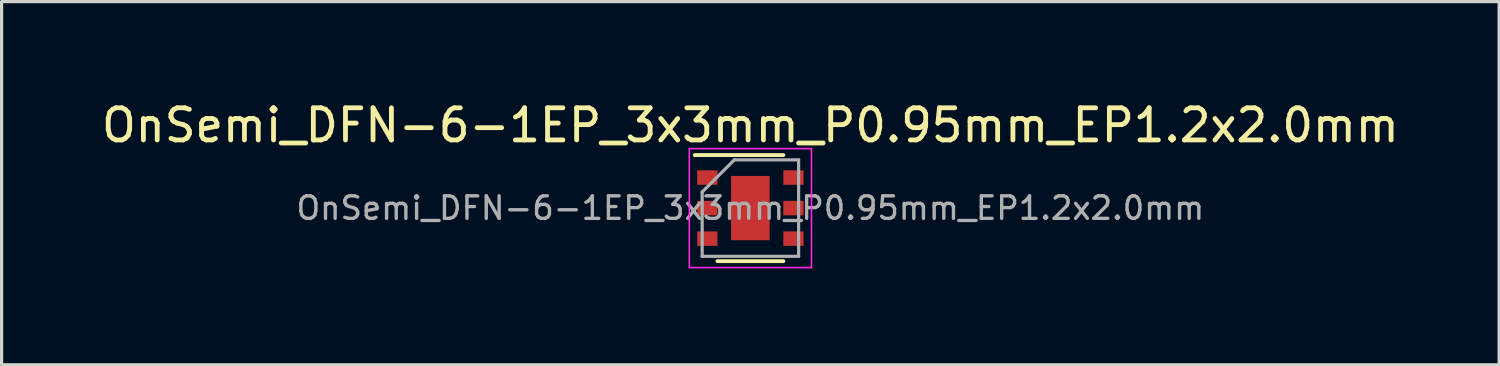
<source format=kicad_pcb>
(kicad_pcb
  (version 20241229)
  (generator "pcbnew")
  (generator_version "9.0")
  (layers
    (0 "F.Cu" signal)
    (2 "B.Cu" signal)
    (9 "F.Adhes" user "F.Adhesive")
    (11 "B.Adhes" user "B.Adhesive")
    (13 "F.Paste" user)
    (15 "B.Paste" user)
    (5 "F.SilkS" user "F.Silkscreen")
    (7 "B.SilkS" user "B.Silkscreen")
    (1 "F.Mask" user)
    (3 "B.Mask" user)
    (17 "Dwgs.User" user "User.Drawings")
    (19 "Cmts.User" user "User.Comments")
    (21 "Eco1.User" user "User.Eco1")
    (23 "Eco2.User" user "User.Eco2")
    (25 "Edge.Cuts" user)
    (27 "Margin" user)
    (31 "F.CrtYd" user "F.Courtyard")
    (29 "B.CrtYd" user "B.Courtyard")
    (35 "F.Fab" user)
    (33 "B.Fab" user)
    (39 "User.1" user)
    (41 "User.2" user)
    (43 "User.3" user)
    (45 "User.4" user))
  (footprint "OnSemi_DFN-6-1EP_3x3mm_P0.95mm_EP1.2x2.0mm"
    (layer "F.Cu")
    (at 20.292 3.423)
    (property "Reference" "OnSemi_DFN-6-1EP_3x3mm_P0.95mm_EP1.2x2.0mm" (at 0 -2.575 0) (layer "F.SilkS") (effects (font (size 1 1) (thickness 0.15))))
    (attr smd)
    (fp_line (start -1.73 -1.65) (end 1.025 -1.65) (stroke (width 0.12) (type solid)) (layer "F.SilkS"))
    (fp_line (start -1.025 1.65) (end 1.025 1.65) (stroke (width 0.12) (type solid)) (layer "F.SilkS"))
    (fp_line (start -1.9 -1.85) (end -1.9 1.85) (stroke (width 0.05) (type solid)) (layer "F.CrtYd"))
    (fp_line (start -1.9 -1.85) (end 1.9 -1.85) (stroke (width 0.05) (type solid)) (layer "F.CrtYd"))
    (fp_line (start -1.9 1.85) (end 1.9 1.85) (stroke (width 0.05) (type solid)) (layer "F.CrtYd"))
    (fp_line (start 1.9 -1.85) (end 1.9 1.85) (stroke (width 0.05) (type solid)) (layer "F.CrtYd"))
    (fp_line (start -1.5 -0.5) (end -0.5 -1.5) (stroke (width 0.1) (type solid)) (layer "F.Fab"))
    (fp_line (start -1.5 1.5) (end -1.5 -0.5) (stroke (width 0.1) (type solid)) (layer "F.Fab"))
    (fp_line (start -0.5 -1.5) (end 1.5 -1.5) (stroke (width 0.1) (type solid)) (layer "F.Fab"))
    (fp_line (start 1.5 -1.5) (end 1.5 1.5) (stroke (width 0.1) (type solid)) (layer "F.Fab"))
    (fp_line (start 1.5 1.5) (end -1.5 1.5) (stroke (width 0.1) (type solid)) (layer "F.Fab"))
    (fp_text user "${REFERENCE}" (at 0 0 0) (layer "F.Fab") (effects (font (size 0.7 0.7) (thickness 0.105))))
    (pad "" smd rect (at 0 -0.5) (size 0.9 0.7) (layers "F.Paste"))
    (pad "" smd rect (at 0 0.5) (size 0.9 0.7) (layers "F.Paste"))
    (pad "1" smd rect (at -1.34 -0.95) (size 0.63 0.45) (layers "F.Cu" "F.Mask" "F.Paste"))
    (pad "2" smd rect (at -1.34 0) (size 0.63 0.45) (layers "F.Cu" "F.Mask" "F.Paste"))
    (pad "3" smd rect (at -1.34 0.95) (size 0.63 0.45) (layers "F.Cu" "F.Mask" "F.Paste"))
    (pad "4" smd rect (at 1.34 0.95) (size 0.63 0.45) (layers "F.Cu" "F.Mask" "F.Paste"))
    (pad "5" smd rect (at 1.34 0) (size 0.63 0.45) (layers "F.Cu" "F.Mask" "F.Paste"))
    (pad "6" smd rect (at 1.34 -0.95) (size 0.63 0.45) (layers "F.Cu" "F.Mask" "F.Paste"))
    (pad "7" smd rect (at 0 0) (size 1.2 2) (layers "F.Cu" "F.Mask")))
  (gr_rect
    (start -3 -3)
    (end 43.583 8.298)
    (stroke (width 0.1) (type default))
    (fill no)
    (layer "Edge.Cuts")))
</source>
